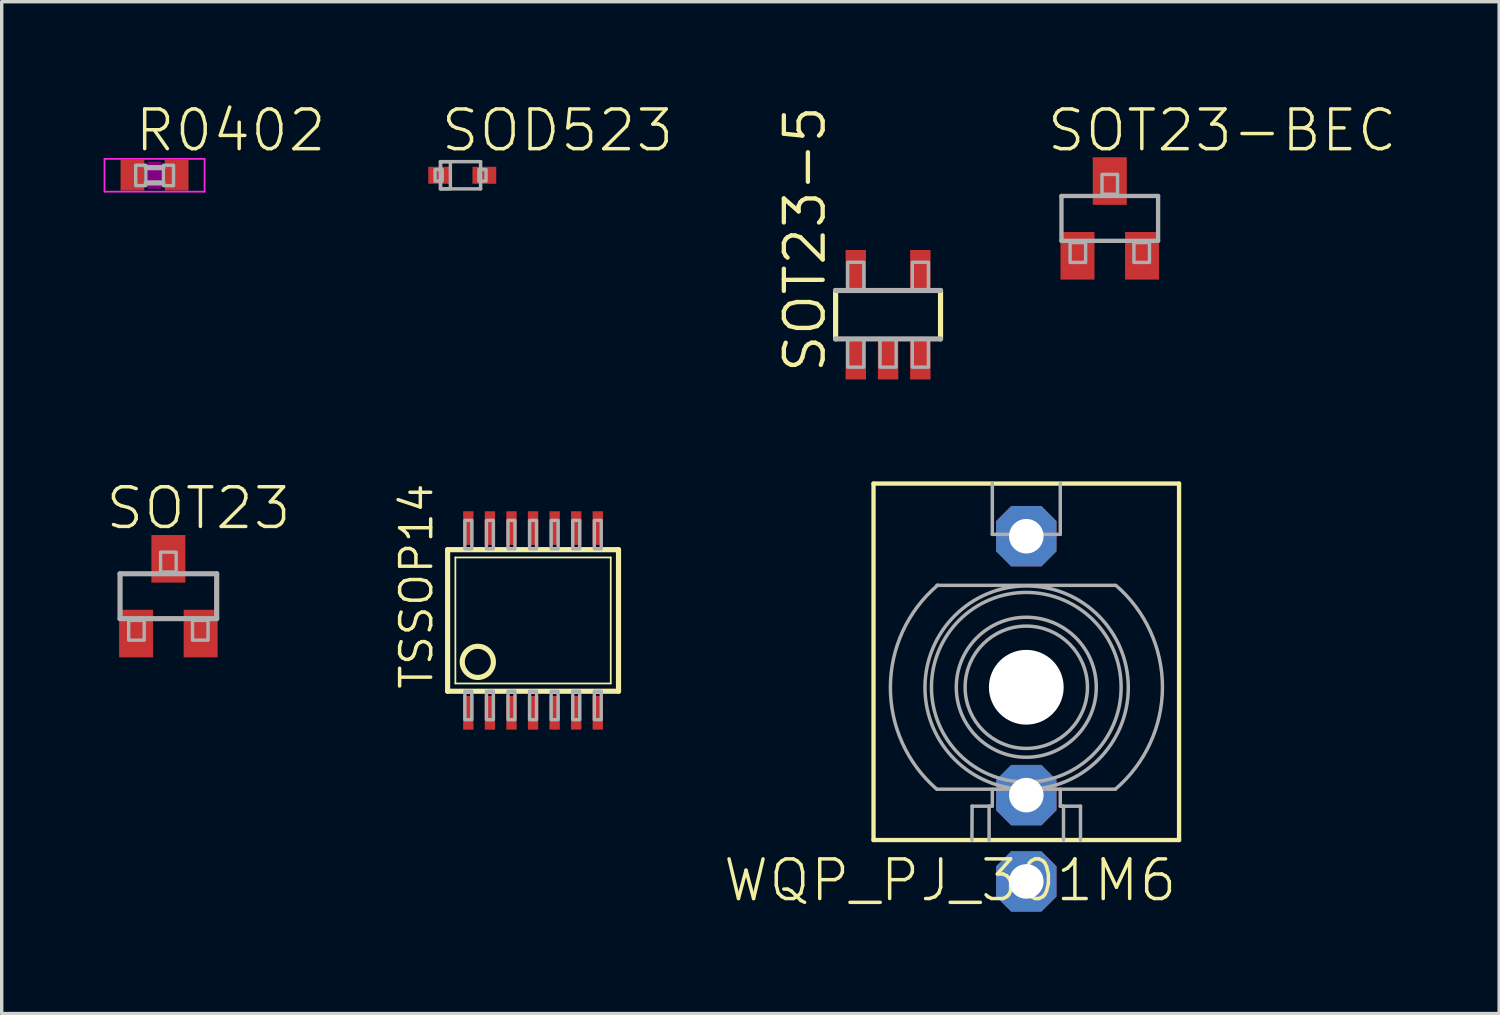
<source format=kicad_pcb>
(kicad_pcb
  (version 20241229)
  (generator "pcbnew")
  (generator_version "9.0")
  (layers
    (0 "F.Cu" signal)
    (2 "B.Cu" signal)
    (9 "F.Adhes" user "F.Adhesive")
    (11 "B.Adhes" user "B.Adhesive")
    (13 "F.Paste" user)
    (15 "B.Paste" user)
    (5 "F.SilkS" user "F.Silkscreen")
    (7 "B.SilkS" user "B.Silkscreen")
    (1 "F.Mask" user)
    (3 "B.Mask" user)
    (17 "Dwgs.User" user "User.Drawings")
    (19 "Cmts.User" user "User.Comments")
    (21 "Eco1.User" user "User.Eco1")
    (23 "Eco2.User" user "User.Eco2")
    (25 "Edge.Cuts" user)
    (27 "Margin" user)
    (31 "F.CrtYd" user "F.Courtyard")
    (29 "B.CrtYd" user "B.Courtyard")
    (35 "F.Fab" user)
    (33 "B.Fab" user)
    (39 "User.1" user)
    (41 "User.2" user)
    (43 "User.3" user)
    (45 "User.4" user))
  (footprint "SOT23-BEC"
    (layer "F.Cu")
    (at 29.611 3.378)
    (property "Reference" "SOT23-BEC" (at -1.905 -1.905 0) (layer "F.SilkS") (effects (font (size 1.168 1.168) (thickness 0.102)) (justify left bottom)))
    (fp_line (start -1.422 -0.66) (end 1.422 -0.66) (stroke (width 0.127) (type solid)) (layer "F.Fab"))
    (fp_line (start -1.422 0.66) (end -1.422 -0.66) (stroke (width 0.127) (type solid)) (layer "F.Fab"))
    (fp_line (start 1.422 -0.66) (end 1.422 0.66) (stroke (width 0.127) (type solid)) (layer "F.Fab"))
    (fp_line (start 1.422 0.66) (end -1.422 0.66) (stroke (width 0.127) (type solid)) (layer "F.Fab"))
    (fp_poly (pts (xy -1.168 1.295) (xy -0.711 1.295) (xy -0.711 0.711) (xy -1.168 0.711)) (stroke (width 0.1) (type solid)) (fill no) (layer "F.Fab"))
    (fp_poly (pts (xy -0.229 -0.711) (xy 0.229 -0.711) (xy 0.229 -1.295) (xy -0.229 -1.295)) (stroke (width 0.1) (type solid)) (fill no) (layer "F.Fab"))
    (fp_poly (pts (xy 0.711 1.295) (xy 1.168 1.295) (xy 1.168 0.711) (xy 0.711 0.711)) (stroke (width 0.1) (type solid)) (fill no) (layer "F.Fab"))
    (pad "B" smd rect (at -0.95 1.1) (size 1 1.4) (layers "F.Cu" "F.Mask" "F.Paste"))
    (pad "C" smd rect (at 0 -1.1) (size 1 1.4) (layers "F.Cu" "F.Mask" "F.Paste"))
    (pad "E" smd rect (at 0.95 1.1) (size 1 1.4) (layers "F.Cu" "F.Mask" "F.Paste")))
  (footprint "SOT23"
    (layer "F.Cu")
    (at 1.905 14.496)
    (property "Reference" "SOT23" (at -1.905 -1.905 0) (layer "F.SilkS") (effects (font (size 1.168 1.168) (thickness 0.102)) (justify left bottom)))
    (fp_line (start -1.422 -0.66) (end 1.422 -0.66) (stroke (width 0.152) (type solid)) (layer "F.Fab"))
    (fp_line (start -1.422 0.66) (end -1.422 -0.66) (stroke (width 0.152) (type solid)) (layer "F.Fab"))
    (fp_line (start 1.422 -0.66) (end 1.422 0.66) (stroke (width 0.152) (type solid)) (layer "F.Fab"))
    (fp_line (start 1.422 0.66) (end -1.422 0.66) (stroke (width 0.152) (type solid)) (layer "F.Fab"))
    (fp_poly (pts (xy -1.168 1.295) (xy -0.711 1.295) (xy -0.711 0.711) (xy -1.168 0.711)) (stroke (width 0.1) (type solid)) (fill no) (layer "F.Fab"))
    (fp_poly (pts (xy -0.229 -0.711) (xy 0.229 -0.711) (xy 0.229 -1.295) (xy -0.229 -1.295)) (stroke (width 0.1) (type solid)) (fill no) (layer "F.Fab"))
    (fp_poly (pts (xy 0.711 1.295) (xy 1.168 1.295) (xy 1.168 0.711) (xy 0.711 0.711)) (stroke (width 0.1) (type solid)) (fill no) (layer "F.Fab"))
    (pad "1" smd rect (at -0.95 1.1) (size 1 1.4) (layers "F.Cu" "F.Mask" "F.Paste"))
    (pad "2" smd rect (at 0.95 1.1) (size 1 1.4) (layers "F.Cu" "F.Mask" "F.Paste"))
    (pad "3" smd rect (at 0 -1.1) (size 1 1.4) (layers "F.Cu" "F.Mask" "F.Paste")))
  (footprint "SOD523"
    (layer "F.Cu")
    (at 10.504 2.108)
    (property "Reference" "SOD523" (at -0.635 -0.635 0) (layer "F.SilkS") (effects (font (size 1.168 1.168) (thickness 0.102)) (justify left bottom)))
    (fp_line (start -0.59 -0.4) (end 0.59 -0.4) (stroke (width 0.102) (type solid)) (layer "F.Fab"))
    (fp_line (start -0.59 0.4) (end -0.59 -0.4) (stroke (width 0.102) (type solid)) (layer "F.Fab"))
    (fp_line (start 0.59 -0.4) (end 0.59 0.4) (stroke (width 0.102) (type solid)) (layer "F.Fab"))
    (fp_line (start 0.59 0.4) (end -0.59 0.4) (stroke (width 0.102) (type solid)) (layer "F.Fab"))
    (fp_poly (pts (xy -0.75 0.17) (xy -0.54 0.17) (xy -0.54 -0.17) (xy -0.75 -0.17)) (stroke (width 0.1) (type solid)) (fill no) (layer "F.Fab"))
    (fp_poly (pts (xy -0.59 0.4) (xy -0.3 0.4) (xy -0.3 -0.4) (xy -0.59 -0.4)) (stroke (width 0.1) (type solid)) (fill no) (layer "F.Fab"))
    (fp_poly (pts (xy 0.54 0.17) (xy 0.75 0.17) (xy 0.75 -0.17) (xy 0.54 -0.17)) (stroke (width 0.1) (type solid)) (fill no) (layer "F.Fab"))
    (pad "A" smd rect (at 0.7 0) (size 0.7 0.5) (layers "F.Cu" "F.Mask" "F.Paste"))
    (pad "C" smd rect (at -0.6 0) (size 0.7 0.5) (layers "F.Cu" "F.Mask" "F.Paste")))
  (footprint "TSSOP14"
    (layer "F.Cu")
    (at 12.638 15.21)
    (property "Reference" "TSSOP14" (at -2.896 2.083 90) (layer "F.SilkS") (effects (font (size 0.914 0.914) (thickness 0.102)) (justify left bottom)))
    (fp_line (start -2.515 2.083) (end -2.515 -2.083) (stroke (width 0.152) (type solid)) (layer "F.SilkS"))
    (fp_line (start -2.515 2.083) (end 2.515 2.083) (stroke (width 0.152) (type solid)) (layer "F.SilkS"))
    (fp_line (start -2.286 1.854) (end -2.286 -1.854) (stroke (width 0.051) (type solid)) (layer "F.SilkS"))
    (fp_line (start -2.286 1.854) (end 2.286 1.854) (stroke (width 0.051) (type solid)) (layer "F.SilkS"))
    (fp_line (start 2.286 -1.854) (end -2.286 -1.854) (stroke (width 0.051) (type solid)) (layer "F.SilkS"))
    (fp_line (start 2.286 -1.854) (end 2.286 1.854) (stroke (width 0.051) (type solid)) (layer "F.SilkS"))
    (fp_line (start 2.515 -2.083) (end -2.515 -2.083) (stroke (width 0.152) (type solid)) (layer "F.SilkS"))
    (fp_line (start 2.515 -2.083) (end 2.515 2.083) (stroke (width 0.152) (type solid)) (layer "F.SilkS"))
    (fp_circle (center -1.626 1.219) (end -1.168 1.219) (stroke (width 0.152) (type solid)) (fill no) (layer "F.SilkS"))
    (fp_poly (pts (xy -2.007 -2.108) (xy -1.803 -2.108) (xy -1.803 -2.946) (xy -2.007 -2.946)) (stroke (width 0.1) (type solid)) (fill no) (layer "F.Fab"))
    (fp_poly (pts (xy -2.007 2.921) (xy -1.803 2.921) (xy -1.803 2.083) (xy -2.007 2.083)) (stroke (width 0.1) (type solid)) (fill no) (layer "F.Fab"))
    (fp_poly (pts (xy -1.372 -2.108) (xy -1.168 -2.108) (xy -1.168 -2.946) (xy -1.372 -2.946)) (stroke (width 0.1) (type solid)) (fill no) (layer "F.Fab"))
    (fp_poly (pts (xy -1.372 2.921) (xy -1.168 2.921) (xy -1.168 2.083) (xy -1.372 2.083)) (stroke (width 0.1) (type solid)) (fill no) (layer "F.Fab"))
    (fp_poly (pts (xy -0.737 -2.108) (xy -0.533 -2.108) (xy -0.533 -2.946) (xy -0.737 -2.946)) (stroke (width 0.1) (type solid)) (fill no) (layer "F.Fab"))
    (fp_poly (pts (xy -0.737 2.921) (xy -0.533 2.921) (xy -0.533 2.083) (xy -0.737 2.083)) (stroke (width 0.1) (type solid)) (fill no) (layer "F.Fab"))
    (fp_poly (pts (xy -0.102 -2.108) (xy 0.102 -2.108) (xy 0.102 -2.946) (xy -0.102 -2.946)) (stroke (width 0.1) (type solid)) (fill no) (layer "F.Fab"))
    (fp_poly (pts (xy -0.102 2.921) (xy 0.102 2.921) (xy 0.102 2.083) (xy -0.102 2.083)) (stroke (width 0.1) (type solid)) (fill no) (layer "F.Fab"))
    (fp_poly (pts (xy 0.533 -2.108) (xy 0.737 -2.108) (xy 0.737 -2.946) (xy 0.533 -2.946)) (stroke (width 0.1) (type solid)) (fill no) (layer "F.Fab"))
    (fp_poly (pts (xy 0.533 2.921) (xy 0.737 2.921) (xy 0.737 2.083) (xy 0.533 2.083)) (stroke (width 0.1) (type solid)) (fill no) (layer "F.Fab"))
    (fp_poly (pts (xy 1.168 -2.108) (xy 1.372 -2.108) (xy 1.372 -2.946) (xy 1.168 -2.946)) (stroke (width 0.1) (type solid)) (fill no) (layer "F.Fab"))
    (fp_poly (pts (xy 1.168 2.921) (xy 1.372 2.921) (xy 1.372 2.083) (xy 1.168 2.083)) (stroke (width 0.1) (type solid)) (fill no) (layer "F.Fab"))
    (fp_poly (pts (xy 1.803 -2.108) (xy 2.007 -2.108) (xy 2.007 -2.946) (xy 1.803 -2.946)) (stroke (width 0.1) (type solid)) (fill no) (layer "F.Fab"))
    (fp_poly (pts (xy 1.803 2.921) (xy 2.007 2.921) (xy 2.007 2.083) (xy 1.803 2.083)) (stroke (width 0.1) (type solid)) (fill no) (layer "F.Fab"))
    (pad "1" smd rect (at -1.905 2.718) (size 0.305 0.991) (layers "F.Cu" "F.Mask" "F.Paste"))
    (pad "2" smd rect (at -1.27 2.718) (size 0.305 0.991) (layers "F.Cu" "F.Mask" "F.Paste"))
    (pad "3" smd rect (at -0.635 2.718) (size 0.305 0.991) (layers "F.Cu" "F.Mask" "F.Paste"))
    (pad "4" smd rect (at 0 2.718) (size 0.305 0.991) (layers "F.Cu" "F.Mask" "F.Paste"))
    (pad "5" smd rect (at 0.635 2.718) (size 0.305 0.991) (layers "F.Cu" "F.Mask" "F.Paste"))
    (pad "6" smd rect (at 1.27 2.718) (size 0.305 0.991) (layers "F.Cu" "F.Mask" "F.Paste"))
    (pad "7" smd rect (at 1.905 2.718) (size 0.305 0.991) (layers "F.Cu" "F.Mask" "F.Paste"))
    (pad "8" smd rect (at 1.905 -2.718) (size 0.305 0.991) (layers "F.Cu" "F.Mask" "F.Paste"))
    (pad "9" smd rect (at 1.27 -2.718) (size 0.305 0.991) (layers "F.Cu" "F.Mask" "F.Paste"))
    (pad "10" smd rect (at 0.635 -2.718) (size 0.305 0.991) (layers "F.Cu" "F.Mask" "F.Paste"))
    (pad "11" smd rect (at 0 -2.718) (size 0.305 0.991) (layers "F.Cu" "F.Mask" "F.Paste"))
    (pad "12" smd rect (at -0.635 -2.718) (size 0.305 0.991) (layers "F.Cu" "F.Mask" "F.Paste"))
    (pad "13" smd rect (at -1.27 -2.718) (size 0.305 0.991) (layers "F.Cu" "F.Mask" "F.Paste"))
    (pad "14" smd rect (at -1.905 -2.718) (size 0.305 0.991) (layers "F.Cu" "F.Mask" "F.Paste")))
  (footprint "SOT23-5"
    (layer "F.Cu")
    (at 23.086 6.212)
    (property "Reference" "SOT23-5" (at -1.778 1.778 90) (layer "F.SilkS") (effects (font (size 1.143 1.143) (thickness 0.127)) (justify left bottom)))
    (fp_line (start -1.544 0.712) (end -1.544 -0.713) (stroke (width 0.152) (type solid)) (layer "F.SilkS"))
    (fp_line (start 1.544 -0.713) (end 1.544 0.712) (stroke (width 0.152) (type solid)) (layer "F.SilkS"))
    (fp_line (start -1.544 -0.713) (end 1.544 -0.713) (stroke (width 0.152) (type solid)) (layer "F.Fab"))
    (fp_line (start 1.544 0.712) (end -1.544 0.712) (stroke (width 0.152) (type solid)) (layer "F.Fab"))
    (fp_poly (pts (xy -1.188 -0.713) (xy -0.713 -0.713) (xy -0.713 -1.544) (xy -1.188 -1.544)) (stroke (width 0.1) (type solid)) (fill no) (layer "F.Fab"))
    (fp_poly (pts (xy -1.188 1.544) (xy -0.713 1.544) (xy -0.713 0.712) (xy -1.188 0.712)) (stroke (width 0.1) (type solid)) (fill no) (layer "F.Fab"))
    (fp_poly (pts (xy -0.237 1.544) (xy 0.237 1.544) (xy 0.237 0.712) (xy -0.237 0.712)) (stroke (width 0.1) (type solid)) (fill no) (layer "F.Fab"))
    (fp_poly (pts (xy 0.713 -0.713) (xy 1.188 -0.713) (xy 1.188 -1.544) (xy 0.713 -1.544)) (stroke (width 0.1) (type solid)) (fill no) (layer "F.Fab"))
    (fp_poly (pts (xy 0.713 1.544) (xy 1.188 1.544) (xy 1.188 0.712) (xy 0.713 0.712)) (stroke (width 0.1) (type solid)) (fill no) (layer "F.Fab"))
    (pad "1" smd rect (at -0.95 1.306) (size 0.6 1.2) (layers "F.Cu" "F.Mask" "F.Paste"))
    (pad "2" smd rect (at 0 1.306) (size 0.6 1.2) (layers "F.Cu" "F.Mask" "F.Paste"))
    (pad "3" smd rect (at 0.95 1.306) (size 0.6 1.2) (layers "F.Cu" "F.Mask" "F.Paste"))
    (pad "4" smd rect (at 0.95 -1.306) (size 0.6 1.2) (layers "F.Cu" "F.Mask" "F.Paste"))
    (pad "5" smd rect (at -0.95 -1.306) (size 0.6 1.2) (layers "F.Cu" "F.Mask" "F.Paste")))
  (footprint "WQP_PJ_301M6"
    (layer "F.Cu")
    (at 27.154 17.176)
    (property "Reference" "WQP_PJ_301M6" (at 4.5 5 0) (layer "F.SilkS") (effects (font (size 1.168 1.168) (thickness 0.102)) (justify right top)))
    (fp_line (start -4.496 -5.994) (end 4.496 -5.994) (stroke (width 0.127) (type solid)) (layer "F.SilkS"))
    (fp_line (start -4.496 4.496) (end -4.496 -5.994) (stroke (width 0.127) (type solid)) (layer "F.SilkS"))
    (fp_line (start 4.496 -5.994) (end 4.496 4.496) (stroke (width 0.127) (type solid)) (layer "F.SilkS"))
    (fp_line (start 4.496 4.496) (end -4.496 4.496) (stroke (width 0.127) (type solid)) (layer "F.SilkS"))
    (fp_line (start -2.631 -3) (end 2.62 -3) (stroke (width 0.102) (type solid)) (layer "F.Fab"))
    (fp_line (start -2.631 3) (end 2.62 3) (stroke (width 0.102) (type solid)) (layer "F.Fab"))
    (fp_line (start -1.6 4.496) (end -1.595 3.5) (stroke (width 0.102) (type solid)) (layer "F.Fab"))
    (fp_line (start -1.595 3.5) (end -1.095 3.5) (stroke (width 0.102) (type solid)) (layer "F.Fab"))
    (fp_line (start -1.095 3.5) (end -1.095 4.5) (stroke (width 0.102) (type solid)) (layer "F.Fab"))
    (fp_line (start -1.095 3.5) (end -1 3.5) (stroke (width 0.102) (type solid)) (layer "F.Fab"))
    (fp_line (start -1 -4.5) (end -1 -6) (stroke (width 0.102) (type solid)) (layer "F.Fab"))
    (fp_line (start -1 0) (end 1 0) (stroke (width 0.102) (type solid)) (layer "F.Fab"))
    (fp_line (start -1 3.5) (end -1 3) (stroke (width 0.102) (type solid)) (layer "F.Fab"))
    (fp_line (start 0 -1) (end 0 1) (stroke (width 0.102) (type solid)) (layer "F.Fab"))
    (fp_line (start 1 -6) (end 1 -4.5) (stroke (width 0.102) (type solid)) (layer "F.Fab"))
    (fp_line (start 1 -4.5) (end -1 -4.5) (stroke (width 0.102) (type solid)) (layer "F.Fab"))
    (fp_line (start 1 3) (end 1 3.5) (stroke (width 0.102) (type solid)) (layer "F.Fab"))
    (fp_line (start 1 3.5) (end 1.095 3.5) (stroke (width 0.102) (type solid)) (layer "F.Fab"))
    (fp_line (start 1.095 3.5) (end 1.095 4.5) (stroke (width 0.102) (type solid)) (layer "F.Fab"))
    (fp_line (start 1.095 3.5) (end 1.595 3.5) (stroke (width 0.102) (type solid)) (layer "F.Fab"))
    (fp_line (start 1.595 3.5) (end 1.595 4.5) (stroke (width 0.102) (type solid)) (layer "F.Fab"))
    (fp_arc (start -2.641998 2.994) (mid -3.999529 -0.012791) (end -2.608 -3.004) (stroke (width 0.1016) (type solid)) (layer "F.Fab"))
    (fp_arc (start 2.642 -2.994) (mid 4.007235 0.003208) (end 2.628 2.994) (stroke (width 0.1016) (type solid)) (layer "F.Fab"))
    (fp_circle (center 0 0) (end 1.8 0) (stroke (width 0.102) (type solid)) (fill no) (layer "F.Fab"))
    (fp_circle (center 0 0) (end 2.06 0) (stroke (width 0.102) (type solid)) (fill no) (layer "F.Fab"))
    (fp_circle (center 0 0) (end 2.791 0) (stroke (width 0.102) (type solid)) (fill no) (layer "F.Fab"))
    (fp_circle (center 0.01 0.01) (end 3.002 0.01) (stroke (width 0.102) (type solid)) (fill no) (layer "F.Fab"))
    (pad "" np_thru_hole circle (at 0 0) (size 2.2 2.2) (drill 2.2) (layers "*.Cu" "*.Mask"))
    (pad "P1" thru_hole roundrect (at 0 5.715) (size 1.778 1.778) (drill 1.016) (layers "*.Cu" "*.Mask") (roundrect_rratio 0.25) (chamfer_ratio 0.25) (chamfer top_left top_right bottom_left bottom_right))
    (pad "P2" thru_hole roundrect (at 0 3.175) (size 1.778 1.778) (drill 1.016) (layers "*.Cu" "*.Mask") (roundrect_rratio 0.25) (chamfer_ratio 0.25) (chamfer top_left top_right bottom_left bottom_right))
    (pad "P3" thru_hole roundrect (at 0 -4.445) (size 1.778 1.778) (drill 1.016) (layers "*.Cu" "*.Mask") (roundrect_rratio 0.25) (chamfer_ratio 0.25) (chamfer top_left top_right bottom_left bottom_right)))
  (footprint "R0402"
    (layer "F.Cu")
    (at 1.498 2.108)
    (property "Reference" "R0402" (at -0.635 -0.635 0) (layer "F.SilkS") (effects (font (size 1.168 1.168) (thickness 0.102)) (justify left bottom)))
    (fp_poly (pts (xy -0.2 0.4) (xy 0.2 0.4) (xy 0.2 -0.4) (xy -0.2 -0.4)) (stroke (width 0) (type solid)) (fill yes) (layer "F.Adhes"))
    (fp_line (start -1.473 -0.483) (end 1.473 -0.483) (stroke (width 0.051) (type solid)) (layer "F.CrtYd"))
    (fp_line (start -1.473 0.483) (end -1.473 -0.483) (stroke (width 0.051) (type solid)) (layer "F.CrtYd"))
    (fp_line (start 1.473 -0.483) (end 1.473 0.483) (stroke (width 0.051) (type solid)) (layer "F.CrtYd"))
    (fp_line (start 1.473 0.483) (end -1.473 0.483) (stroke (width 0.051) (type solid)) (layer "F.CrtYd"))
    (fp_line (start -0.245 -0.224) (end 0.245 -0.224) (stroke (width 0.152) (type solid)) (layer "F.Fab"))
    (fp_line (start 0.245 0.224) (end -0.245 0.224) (stroke (width 0.152) (type solid)) (layer "F.Fab"))
    (fp_poly (pts (xy -0.554 0.305) (xy -0.254 0.305) (xy -0.254 -0.295) (xy -0.554 -0.295)) (stroke (width 0.1) (type solid)) (fill no) (layer "F.Fab"))
    (fp_poly (pts (xy 0.259 0.305) (xy 0.559 0.305) (xy 0.559 -0.295) (xy 0.259 -0.295)) (stroke (width 0.1) (type solid)) (fill no) (layer "F.Fab"))
    (pad "1" smd rect (at -0.65 0) (size 0.7 0.9) (layers "F.Cu" "F.Mask" "F.Paste"))
    (pad "2" smd rect (at 0.65 0) (size 0.7 0.9) (layers "F.Cu" "F.Mask" "F.Paste")))
  (gr_rect
    (start -3 -3)
    (end 41.07 26.78)
    (stroke (width 0.1) (type default))
    (fill no)
    (layer "Edge.Cuts")))
</source>
